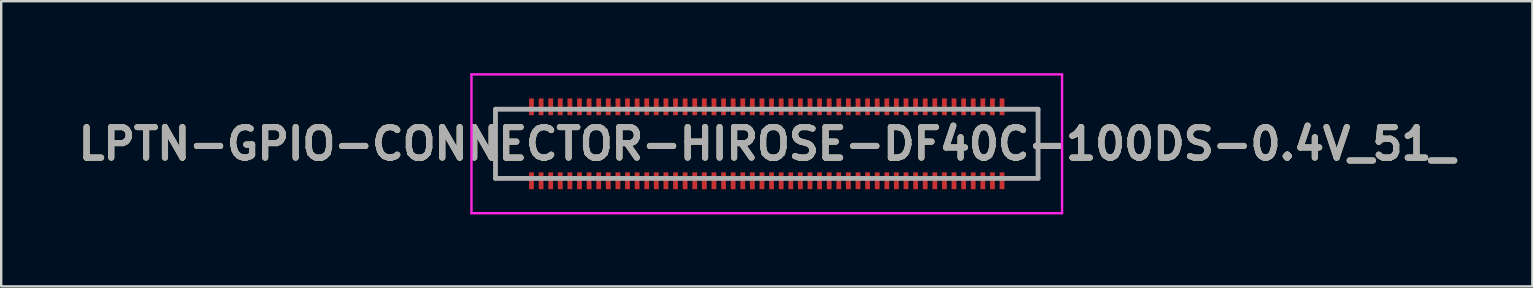
<source format=kicad_pcb>
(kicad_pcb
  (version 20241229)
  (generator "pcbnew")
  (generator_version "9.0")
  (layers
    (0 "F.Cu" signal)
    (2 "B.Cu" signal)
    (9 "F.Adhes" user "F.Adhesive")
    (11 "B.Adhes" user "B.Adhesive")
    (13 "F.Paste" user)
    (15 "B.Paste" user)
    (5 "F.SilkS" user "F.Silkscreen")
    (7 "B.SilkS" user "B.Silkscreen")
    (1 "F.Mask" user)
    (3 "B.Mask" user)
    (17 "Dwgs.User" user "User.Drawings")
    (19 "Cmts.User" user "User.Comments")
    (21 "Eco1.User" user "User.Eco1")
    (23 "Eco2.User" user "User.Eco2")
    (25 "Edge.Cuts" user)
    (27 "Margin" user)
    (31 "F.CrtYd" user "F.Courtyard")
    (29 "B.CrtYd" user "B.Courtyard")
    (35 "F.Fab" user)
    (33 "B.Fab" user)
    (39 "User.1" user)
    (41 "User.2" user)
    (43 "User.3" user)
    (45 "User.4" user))
  (footprint "LPTN-GPIO-CONNECTOR-HIROSE-DF40C-100DS-0.4V_51_"
    (layer "F.Cu")
    (at 28.889 2.94)
    (property "Reference" "LPTN-GPIO-CONNECTOR-HIROSE-DF40C-100DS-0.4V_51_" (at 0 0 0) (layer "F.SilkS") (effects (font (size 1.27 1.27) (thickness 0.254))))
    (attr smd)
    (fp_line (start -11.3 -1.44) (end -11.3 1.44) (stroke (width 0.1) (type solid)) (layer "F.SilkS"))
    (fp_line (start -11.3 1.44) (end -10.5 1.44) (stroke (width 0.1) (type solid)) (layer "F.SilkS"))
    (fp_line (start -10.5 -1.44) (end -11.3 -1.44) (stroke (width 0.1) (type solid)) (layer "F.SilkS"))
    (fp_line (start 10.5 -1.44) (end 11.3 -1.44) (stroke (width 0.1) (type solid)) (layer "F.SilkS"))
    (fp_line (start 11.3 -1.44) (end 11.3 1.44) (stroke (width 0.1) (type solid)) (layer "F.SilkS"))
    (fp_line (start 11.3 1.44) (end 10.5 1.44) (stroke (width 0.1) (type solid)) (layer "F.SilkS"))
    (fp_line (start -12.3 -2.89) (end 12.3 -2.89) (stroke (width 0.1) (type solid)) (layer "F.CrtYd"))
    (fp_line (start -12.3 2.89) (end -12.3 -2.89) (stroke (width 0.1) (type solid)) (layer "F.CrtYd"))
    (fp_line (start 12.3 -2.89) (end 12.3 2.89) (stroke (width 0.1) (type solid)) (layer "F.CrtYd"))
    (fp_line (start 12.3 2.89) (end -12.3 2.89) (stroke (width 0.1) (type solid)) (layer "F.CrtYd"))
    (fp_line (start -11.3 -1.44) (end 11.3 -1.44) (stroke (width 0.2) (type solid)) (layer "F.Fab"))
    (fp_line (start -11.3 1.44) (end -11.3 -1.44) (stroke (width 0.2) (type solid)) (layer "F.Fab"))
    (fp_line (start 11.3 -1.44) (end 11.3 1.44) (stroke (width 0.2) (type solid)) (layer "F.Fab"))
    (fp_line (start 11.3 1.44) (end -11.3 1.44) (stroke (width 0.2) (type solid)) (layer "F.Fab"))
    (fp_text user "${REFERENCE}" (at 0 0 0) (layer "F.Fab") (effects (font (size 1.27 1.27) (thickness 0.254))))
    (pad "1" smd rect (at -9.8 1.54) (size 0.2 0.7) (layers "F.Cu" "F.Mask" "F.Paste"))
    (pad "2" smd rect (at -9.8 -1.54) (size 0.2 0.7) (layers "F.Cu" "F.Mask" "F.Paste"))
    (pad "3" smd rect (at -9.4 1.54) (size 0.2 0.7) (layers "F.Cu" "F.Mask" "F.Paste"))
    (pad "4" smd rect (at -9.4 -1.54) (size 0.2 0.7) (layers "F.Cu" "F.Mask" "F.Paste"))
    (pad "5" smd rect (at -9 1.54) (size 0.2 0.7) (layers "F.Cu" "F.Mask" "F.Paste"))
    (pad "6" smd rect (at -9 -1.54) (size 0.2 0.7) (layers "F.Cu" "F.Mask" "F.Paste"))
    (pad "7" smd rect (at -8.6 1.54) (size 0.2 0.7) (layers "F.Cu" "F.Mask" "F.Paste"))
    (pad "8" smd rect (at -8.6 -1.54) (size 0.2 0.7) (layers "F.Cu" "F.Mask" "F.Paste"))
    (pad "9" smd rect (at -8.2 1.54) (size 0.2 0.7) (layers "F.Cu" "F.Mask" "F.Paste"))
    (pad "10" smd rect (at -8.2 -1.54) (size 0.2 0.7) (layers "F.Cu" "F.Mask" "F.Paste"))
    (pad "11" smd rect (at -7.8 1.54) (size 0.2 0.7) (layers "F.Cu" "F.Mask" "F.Paste"))
    (pad "12" smd rect (at -7.8 -1.54) (size 0.2 0.7) (layers "F.Cu" "F.Mask" "F.Paste"))
    (pad "13" smd rect (at -7.4 1.54) (size 0.2 0.7) (layers "F.Cu" "F.Mask" "F.Paste"))
    (pad "14" smd rect (at -7.4 -1.54) (size 0.2 0.7) (layers "F.Cu" "F.Mask" "F.Paste"))
    (pad "15" smd rect (at -7 1.54) (size 0.2 0.7) (layers "F.Cu" "F.Mask" "F.Paste"))
    (pad "16" smd rect (at -7 -1.54) (size 0.2 0.7) (layers "F.Cu" "F.Mask" "F.Paste"))
    (pad "17" smd rect (at -6.6 1.54) (size 0.2 0.7) (layers "F.Cu" "F.Mask" "F.Paste"))
    (pad "18" smd rect (at -6.6 -1.54) (size 0.2 0.7) (layers "F.Cu" "F.Mask" "F.Paste"))
    (pad "19" smd rect (at -6.2 1.54) (size 0.2 0.7) (layers "F.Cu" "F.Mask" "F.Paste"))
    (pad "20" smd rect (at -6.2 -1.54) (size 0.2 0.7) (layers "F.Cu" "F.Mask" "F.Paste"))
    (pad "21" smd rect (at -5.8 1.54) (size 0.2 0.7) (layers "F.Cu" "F.Mask" "F.Paste"))
    (pad "22" smd rect (at -5.8 -1.54) (size 0.2 0.7) (layers "F.Cu" "F.Mask" "F.Paste"))
    (pad "23" smd rect (at -5.4 1.54) (size 0.2 0.7) (layers "F.Cu" "F.Mask" "F.Paste"))
    (pad "24" smd rect (at -5.4 -1.54) (size 0.2 0.7) (layers "F.Cu" "F.Mask" "F.Paste"))
    (pad "25" smd rect (at -5 1.54) (size 0.2 0.7) (layers "F.Cu" "F.Mask" "F.Paste"))
    (pad "26" smd rect (at -5 -1.54) (size 0.2 0.7) (layers "F.Cu" "F.Mask" "F.Paste"))
    (pad "27" smd rect (at -4.6 1.54) (size 0.2 0.7) (layers "F.Cu" "F.Mask" "F.Paste"))
    (pad "28" smd rect (at -4.6 -1.54) (size 0.2 0.7) (layers "F.Cu" "F.Mask" "F.Paste"))
    (pad "29" smd rect (at -4.2 1.54) (size 0.2 0.7) (layers "F.Cu" "F.Mask" "F.Paste"))
    (pad "30" smd rect (at -4.2 -1.54) (size 0.2 0.7) (layers "F.Cu" "F.Mask" "F.Paste"))
    (pad "31" smd rect (at -3.8 1.54) (size 0.2 0.7) (layers "F.Cu" "F.Mask" "F.Paste"))
    (pad "32" smd rect (at -3.8 -1.54) (size 0.2 0.7) (layers "F.Cu" "F.Mask" "F.Paste"))
    (pad "33" smd rect (at -3.4 1.54) (size 0.2 0.7) (layers "F.Cu" "F.Mask" "F.Paste"))
    (pad "34" smd rect (at -3.4 -1.54) (size 0.2 0.7) (layers "F.Cu" "F.Mask" "F.Paste"))
    (pad "35" smd rect (at -3 1.54) (size 0.2 0.7) (layers "F.Cu" "F.Mask" "F.Paste"))
    (pad "36" smd rect (at -3 -1.54) (size 0.2 0.7) (layers "F.Cu" "F.Mask" "F.Paste"))
    (pad "37" smd rect (at -2.6 1.54) (size 0.2 0.7) (layers "F.Cu" "F.Mask" "F.Paste"))
    (pad "38" smd rect (at -2.6 -1.54) (size 0.2 0.7) (layers "F.Cu" "F.Mask" "F.Paste"))
    (pad "39" smd rect (at -2.2 1.54) (size 0.2 0.7) (layers "F.Cu" "F.Mask" "F.Paste"))
    (pad "40" smd rect (at -2.2 -1.54) (size 0.2 0.7) (layers "F.Cu" "F.Mask" "F.Paste"))
    (pad "41" smd rect (at -1.8 1.54) (size 0.2 0.7) (layers "F.Cu" "F.Mask" "F.Paste"))
    (pad "42" smd rect (at -1.8 -1.54) (size 0.2 0.7) (layers "F.Cu" "F.Mask" "F.Paste"))
    (pad "43" smd rect (at -1.4 1.54) (size 0.2 0.7) (layers "F.Cu" "F.Mask" "F.Paste"))
    (pad "44" smd rect (at -1.4 -1.54) (size 0.2 0.7) (layers "F.Cu" "F.Mask" "F.Paste"))
    (pad "45" smd rect (at -1 1.54) (size 0.2 0.7) (layers "F.Cu" "F.Mask" "F.Paste"))
    (pad "46" smd rect (at -1 -1.54) (size 0.2 0.7) (layers "F.Cu" "F.Mask" "F.Paste"))
    (pad "47" smd rect (at -0.6 1.54) (size 0.2 0.7) (layers "F.Cu" "F.Mask" "F.Paste"))
    (pad "48" smd rect (at -0.6 -1.54) (size 0.2 0.7) (layers "F.Cu" "F.Mask" "F.Paste"))
    (pad "49" smd rect (at -0.2 1.54) (size 0.2 0.7) (layers "F.Cu" "F.Mask" "F.Paste"))
    (pad "50" smd rect (at -0.2 -1.54) (size 0.2 0.7) (layers "F.Cu" "F.Mask" "F.Paste"))
    (pad "51" smd rect (at 0.2 1.54) (size 0.2 0.7) (layers "F.Cu" "F.Mask" "F.Paste"))
    (pad "52" smd rect (at 0.2 -1.54) (size 0.2 0.7) (layers "F.Cu" "F.Mask" "F.Paste"))
    (pad "53" smd rect (at 0.6 1.54) (size 0.2 0.7) (layers "F.Cu" "F.Mask" "F.Paste"))
    (pad "54" smd rect (at 0.6 -1.54) (size 0.2 0.7) (layers "F.Cu" "F.Mask" "F.Paste"))
    (pad "55" smd rect (at 1 1.54) (size 0.2 0.7) (layers "F.Cu" "F.Mask" "F.Paste"))
    (pad "56" smd rect (at 1 -1.54) (size 0.2 0.7) (layers "F.Cu" "F.Mask" "F.Paste"))
    (pad "57" smd rect (at 1.4 1.54) (size 0.2 0.7) (layers "F.Cu" "F.Mask" "F.Paste"))
    (pad "58" smd rect (at 1.4 -1.54) (size 0.2 0.7) (layers "F.Cu" "F.Mask" "F.Paste"))
    (pad "59" smd rect (at 1.8 1.54) (size 0.2 0.7) (layers "F.Cu" "F.Mask" "F.Paste"))
    (pad "60" smd rect (at 1.8 -1.54) (size 0.2 0.7) (layers "F.Cu" "F.Mask" "F.Paste"))
    (pad "61" smd rect (at 2.2 1.54) (size 0.2 0.7) (layers "F.Cu" "F.Mask" "F.Paste"))
    (pad "62" smd rect (at 2.2 -1.54) (size 0.2 0.7) (layers "F.Cu" "F.Mask" "F.Paste"))
    (pad "63" smd rect (at 2.6 1.54) (size 0.2 0.7) (layers "F.Cu" "F.Mask" "F.Paste"))
    (pad "64" smd rect (at 2.6 -1.54) (size 0.2 0.7) (layers "F.Cu" "F.Mask" "F.Paste"))
    (pad "65" smd rect (at 3 1.54) (size 0.2 0.7) (layers "F.Cu" "F.Mask" "F.Paste"))
    (pad "66" smd rect (at 3 -1.54) (size 0.2 0.7) (layers "F.Cu" "F.Mask" "F.Paste"))
    (pad "67" smd rect (at 3.4 1.54) (size 0.2 0.7) (layers "F.Cu" "F.Mask" "F.Paste"))
    (pad "68" smd rect (at 3.4 -1.54) (size 0.2 0.7) (layers "F.Cu" "F.Mask" "F.Paste"))
    (pad "69" smd rect (at 3.8 1.54) (size 0.2 0.7) (layers "F.Cu" "F.Mask" "F.Paste"))
    (pad "70" smd rect (at 3.8 -1.54) (size 0.2 0.7) (layers "F.Cu" "F.Mask" "F.Paste"))
    (pad "71" smd rect (at 4.2 1.54) (size 0.2 0.7) (layers "F.Cu" "F.Mask" "F.Paste"))
    (pad "72" smd rect (at 4.2 -1.54) (size 0.2 0.7) (layers "F.Cu" "F.Mask" "F.Paste"))
    (pad "73" smd rect (at 4.6 1.54) (size 0.2 0.7) (layers "F.Cu" "F.Mask" "F.Paste"))
    (pad "74" smd rect (at 4.6 -1.54) (size 0.2 0.7) (layers "F.Cu" "F.Mask" "F.Paste"))
    (pad "75" smd rect (at 5 1.54) (size 0.2 0.7) (layers "F.Cu" "F.Mask" "F.Paste"))
    (pad "76" smd rect (at 5 -1.54) (size 0.2 0.7) (layers "F.Cu" "F.Mask" "F.Paste"))
    (pad "77" smd rect (at 5.4 1.54) (size 0.2 0.7) (layers "F.Cu" "F.Mask" "F.Paste"))
    (pad "78" smd rect (at 5.4 -1.54) (size 0.2 0.7) (layers "F.Cu" "F.Mask" "F.Paste"))
    (pad "79" smd rect (at 5.8 1.54) (size 0.2 0.7) (layers "F.Cu" "F.Mask" "F.Paste"))
    (pad "80" smd rect (at 5.8 -1.54) (size 0.2 0.7) (layers "F.Cu" "F.Mask" "F.Paste"))
    (pad "81" smd rect (at 6.2 1.54) (size 0.2 0.7) (layers "F.Cu" "F.Mask" "F.Paste"))
    (pad "82" smd rect (at 6.2 -1.54) (size 0.2 0.7) (layers "F.Cu" "F.Mask" "F.Paste"))
    (pad "83" smd rect (at 6.6 1.54) (size 0.2 0.7) (layers "F.Cu" "F.Mask" "F.Paste"))
    (pad "84" smd rect (at 6.6 -1.54) (size 0.2 0.7) (layers "F.Cu" "F.Mask" "F.Paste"))
    (pad "85" smd rect (at 7 1.54) (size 0.2 0.7) (layers "F.Cu" "F.Mask" "F.Paste"))
    (pad "86" smd rect (at 7 -1.54) (size 0.2 0.7) (layers "F.Cu" "F.Mask" "F.Paste"))
    (pad "87" smd rect (at 7.4 1.54) (size 0.2 0.7) (layers "F.Cu" "F.Mask" "F.Paste"))
    (pad "88" smd rect (at 7.4 -1.54) (size 0.2 0.7) (layers "F.Cu" "F.Mask" "F.Paste"))
    (pad "89" smd rect (at 7.8 1.54) (size 0.2 0.7) (layers "F.Cu" "F.Mask" "F.Paste"))
    (pad "90" smd rect (at 7.8 -1.54) (size 0.2 0.7) (layers "F.Cu" "F.Mask" "F.Paste"))
    (pad "91" smd rect (at 8.2 1.54) (size 0.2 0.7) (layers "F.Cu" "F.Mask" "F.Paste"))
    (pad "92" smd rect (at 8.2 -1.54) (size 0.2 0.7) (layers "F.Cu" "F.Mask" "F.Paste"))
    (pad "93" smd rect (at 8.6 1.54) (size 0.2 0.7) (layers "F.Cu" "F.Mask" "F.Paste"))
    (pad "94" smd rect (at 8.6 -1.54) (size 0.2 0.7) (layers "F.Cu" "F.Mask" "F.Paste"))
    (pad "95" smd rect (at 9 1.54) (size 0.2 0.7) (layers "F.Cu" "F.Mask" "F.Paste"))
    (pad "96" smd rect (at 9 -1.54) (size 0.2 0.7) (layers "F.Cu" "F.Mask" "F.Paste"))
    (pad "97" smd rect (at 9.4 1.54) (size 0.2 0.7) (layers "F.Cu" "F.Mask" "F.Paste"))
    (pad "98" smd rect (at 9.4 -1.54) (size 0.2 0.7) (layers "F.Cu" "F.Mask" "F.Paste"))
    (pad "99" smd rect (at 9.8 1.54) (size 0.2 0.7) (layers "F.Cu" "F.Mask" "F.Paste"))
    (pad "100" smd rect (at 9.8 -1.54) (size 0.2 0.7) (layers "F.Cu" "F.Mask" "F.Paste")))
  (gr_rect
    (start -3 -3)
    (end 60.779 8.88)
    (stroke (width 0.1) (type default))
    (fill no)
    (layer "Edge.Cuts")))
</source>
